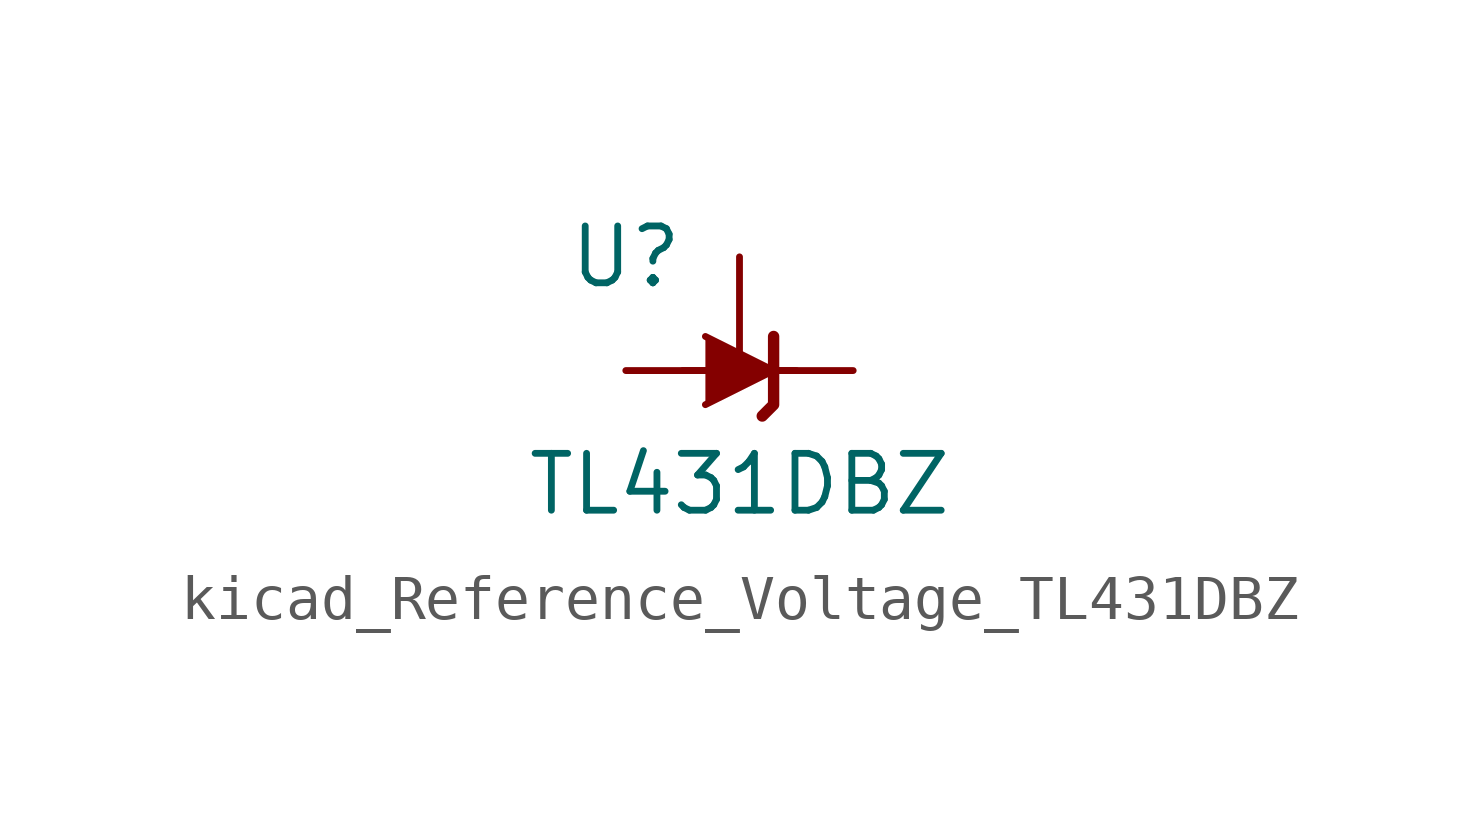
<source format=kicad_sym>
(kicad_symbol_lib
  (version 20220914)
  (generator kicad_symbol_editor)
  (symbol "kicad_Reference_Voltage_TL431DBZ"
    (pin_numbers hide)
    (pin_names hide)
    (property "Reference" "U"
      (at -2.54 2.54 0)
      (effects (font (size 1.27 1.27))))
    (property "Value" "TL431DBZ"
      (at 0 -2.54 0)
      (effects (font (size 1.27 1.27))))
    (symbol "kicad_Reference_Voltage_TL431DBZ_0_1"
      (polyline (pts (xy -1.27 0) (xy 0 0) (xy 1.27 0)) (stroke (width 0) (type default)) (fill (type none)))
      (polyline (pts (xy -0.762 0.762) (xy 0.762 0) (xy -0.762 -0.762)) (stroke (width 0) (type default)) (fill (type outline)))
      (polyline (pts (xy 0.508 -1.016) (xy 0.762 -0.762) (xy 0.762 0.762) (xy 0.762 0.762)) (stroke (width 0.254) (type default)) (fill (type none))))
    (symbol "kicad_Reference_Voltage_TL431DBZ_1_1"
      (pin passive line (at 2.54 0 180) (length 2.54) (name "K" (effects (font (size 1.27 1.27)))) (number "1" (effects (font (size 1.27 1.27)))))
      (pin passive line (at 0 2.54 270) (length 2.54) (name "REF" (effects (font (size 1.27 1.27)))) (number "2" (effects (font (size 1.27 1.27)))))
      (pin passive line (at -2.54 0 0) (length 2.54) (name "A" (effects (font (size 1.27 1.27)))) (number "3" (effects (font (size 1.27 1.27))))))))
</source>
